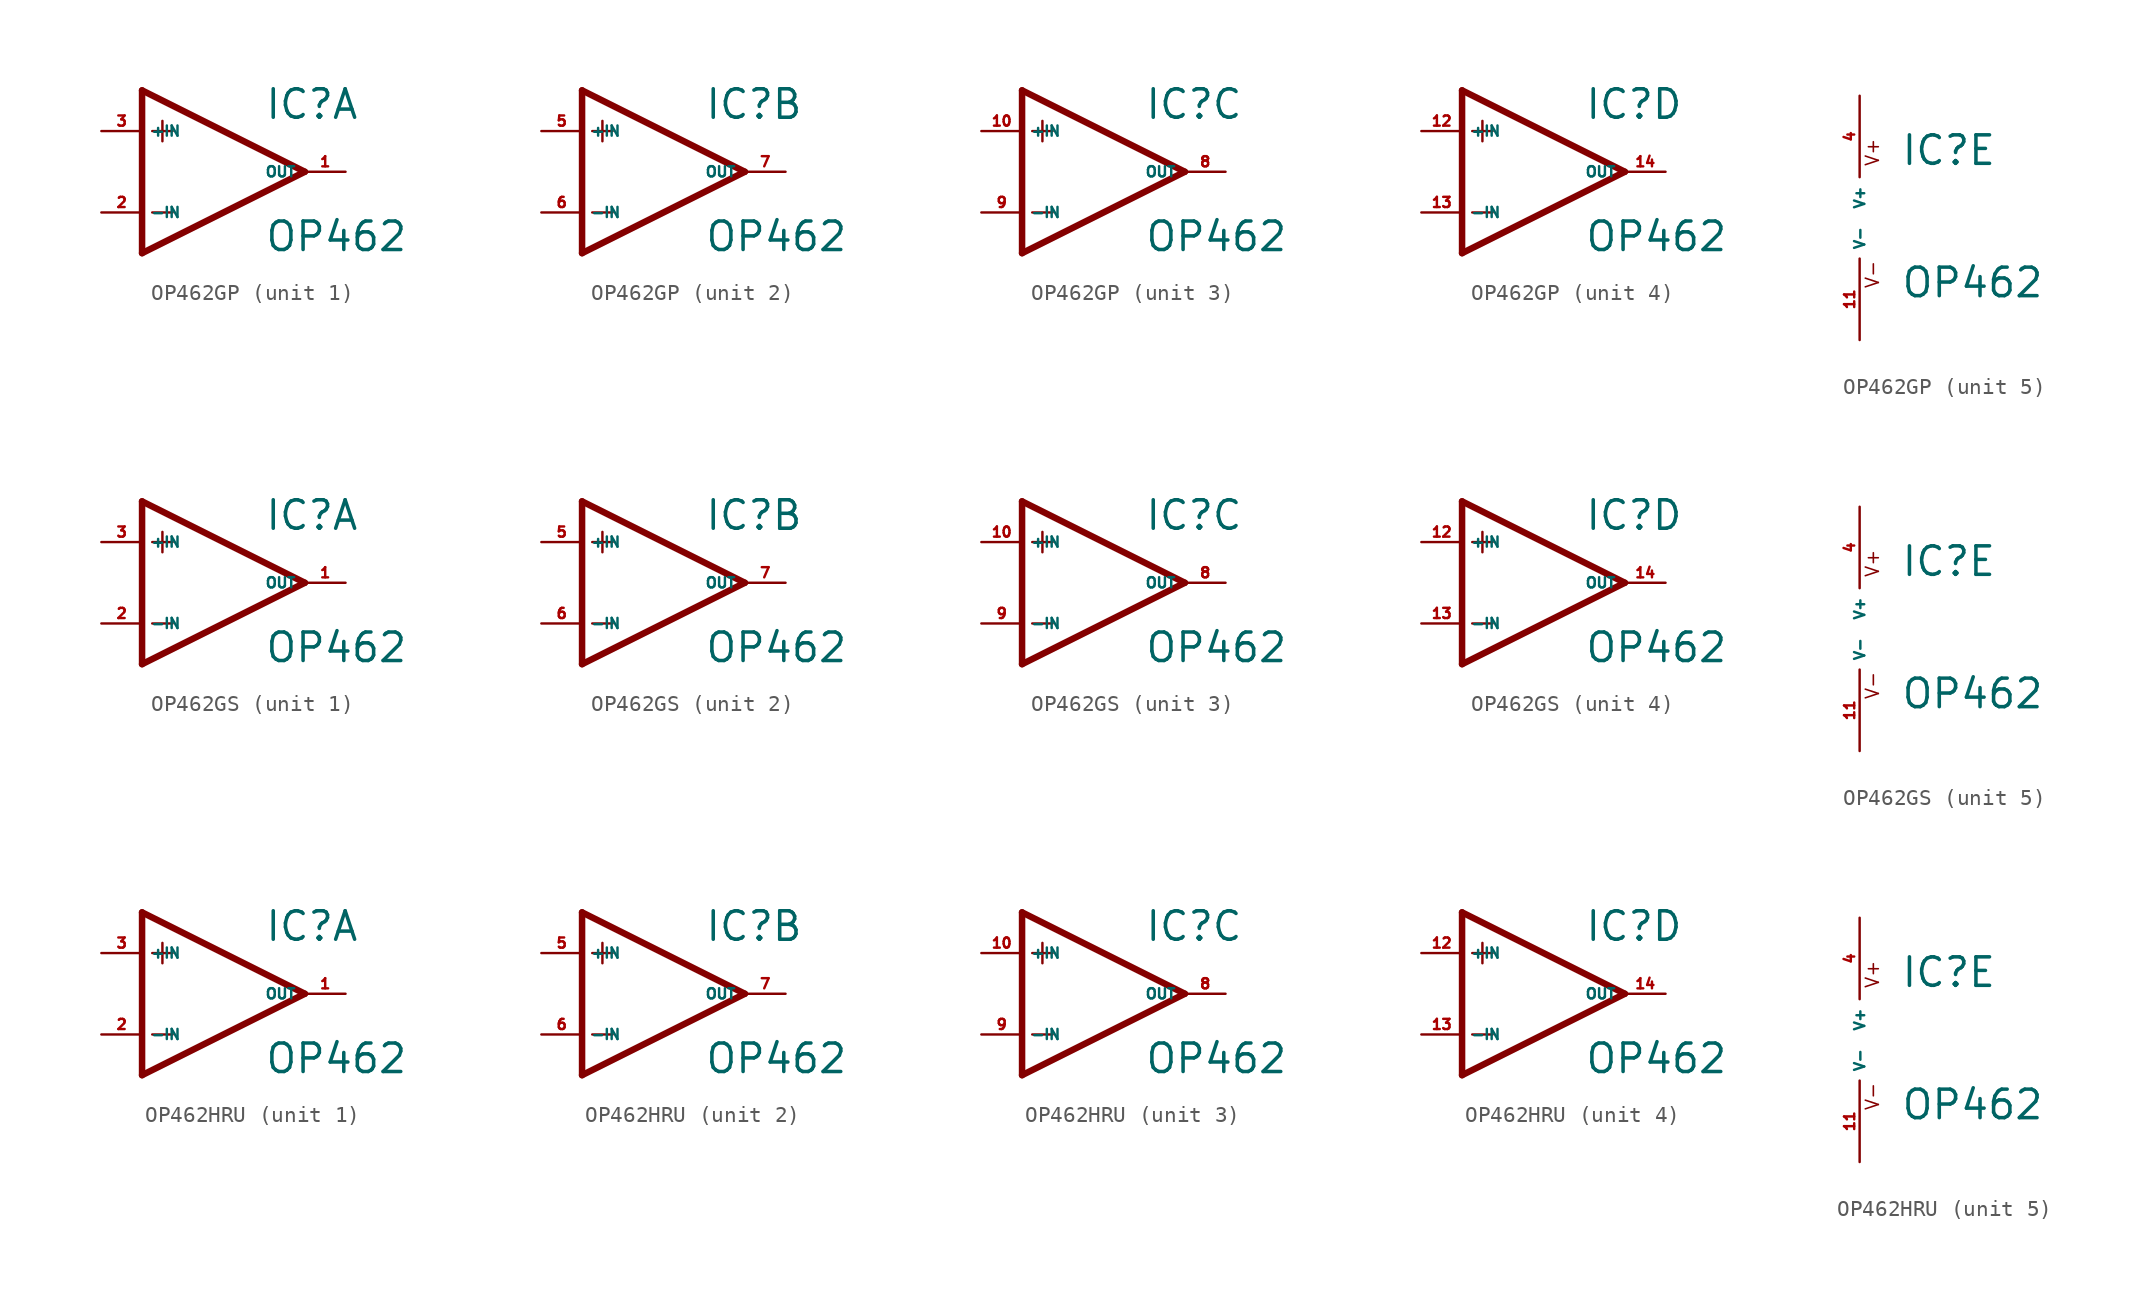
<source format=kicad_sym>
(kicad_symbol_lib
  (version 20220914)
  (generator Eagle2Kicad)
  (symbol "OP462GP"
    (property "Reference" "IC"
      (at 2.54 3.175 0)
      (effects (font (size 1.778 1.778) (thickness 0.22)) (justify left bottom)))
    (property "Value" "OP462"
      (at 2.54 -5.08 0)
      (effects (font (size 1.778 1.778) (thickness 0.22)) (justify left bottom)))
    (symbol "OP462GP_1_0"
      (polyline (pts (xy -5.08 5.08) (xy -5.08 -5.08)) (stroke (width 0.406) (type default)) (fill (type none)))
      (polyline (pts (xy -5.08 -5.08) (xy 5.08 0)) (stroke (width 0.406) (type default)) (fill (type none)))
      (polyline (pts (xy 5.08 0) (xy -5.08 5.08)) (stroke (width 0.406) (type default)) (fill (type none)))
      (polyline (pts (xy -3.81 3.175) (xy -3.81 1.905)) (stroke (width 0.152) (type default)) (fill (type none)))
      (polyline (pts (xy -4.445 2.54) (xy -3.175 2.54)) (stroke (width 0.152) (type default)) (fill (type none)))
      (polyline (pts (xy -4.445 -2.54) (xy -3.175 -2.54)) (stroke (width 0.152) (type default)) (fill (type none)))
      (pin input line (at -7.62 -2.54 0) (length 2.54) (name "-IN" (effects (font (size 0.635 0.635) (thickness 0.08)) (justify left bottom))) (number "2" (effects (font (size 0.635 0.635) (thickness 0.08)) (justify left bottom))))
      (pin input line (at -7.62 2.54 0) (length 2.54) (name "+IN" (effects (font (size 0.635 0.635) (thickness 0.08)) (justify left bottom))) (number "3" (effects (font (size 0.635 0.635) (thickness 0.08)) (justify left bottom))))
      (pin output line (at 7.62 0 180) (length 2.54) (name "OUT" (effects (font (size 0.635 0.635) (thickness 0.08)) (justify left bottom))) (number "1" (effects (font (size 0.635 0.635) (thickness 0.08)) (justify left bottom)))))
    (symbol "OP462GP_2_0"
      (polyline (pts (xy -5.08 5.08) (xy -5.08 -5.08)) (stroke (width 0.406) (type default)) (fill (type none)))
      (polyline (pts (xy -5.08 -5.08) (xy 5.08 0)) (stroke (width 0.406) (type default)) (fill (type none)))
      (polyline (pts (xy 5.08 0) (xy -5.08 5.08)) (stroke (width 0.406) (type default)) (fill (type none)))
      (polyline (pts (xy -3.81 3.175) (xy -3.81 1.905)) (stroke (width 0.152) (type default)) (fill (type none)))
      (polyline (pts (xy -4.445 2.54) (xy -3.175 2.54)) (stroke (width 0.152) (type default)) (fill (type none)))
      (polyline (pts (xy -4.445 -2.54) (xy -3.175 -2.54)) (stroke (width 0.152) (type default)) (fill (type none)))
      (pin input line (at -7.62 -2.54 0) (length 2.54) (name "-IN" (effects (font (size 0.635 0.635) (thickness 0.08)) (justify left bottom))) (number "6" (effects (font (size 0.635 0.635) (thickness 0.08)) (justify left bottom))))
      (pin input line (at -7.62 2.54 0) (length 2.54) (name "+IN" (effects (font (size 0.635 0.635) (thickness 0.08)) (justify left bottom))) (number "5" (effects (font (size 0.635 0.635) (thickness 0.08)) (justify left bottom))))
      (pin output line (at 7.62 0 180) (length 2.54) (name "OUT" (effects (font (size 0.635 0.635) (thickness 0.08)) (justify left bottom))) (number "7" (effects (font (size 0.635 0.635) (thickness 0.08)) (justify left bottom)))))
    (symbol "OP462GP_3_0"
      (polyline (pts (xy -5.08 5.08) (xy -5.08 -5.08)) (stroke (width 0.406) (type default)) (fill (type none)))
      (polyline (pts (xy -5.08 -5.08) (xy 5.08 0)) (stroke (width 0.406) (type default)) (fill (type none)))
      (polyline (pts (xy 5.08 0) (xy -5.08 5.08)) (stroke (width 0.406) (type default)) (fill (type none)))
      (polyline (pts (xy -3.81 3.175) (xy -3.81 1.905)) (stroke (width 0.152) (type default)) (fill (type none)))
      (polyline (pts (xy -4.445 2.54) (xy -3.175 2.54)) (stroke (width 0.152) (type default)) (fill (type none)))
      (polyline (pts (xy -4.445 -2.54) (xy -3.175 -2.54)) (stroke (width 0.152) (type default)) (fill (type none)))
      (pin input line (at -7.62 -2.54 0) (length 2.54) (name "-IN" (effects (font (size 0.635 0.635) (thickness 0.08)) (justify left bottom))) (number "9" (effects (font (size 0.635 0.635) (thickness 0.08)) (justify left bottom))))
      (pin input line (at -7.62 2.54 0) (length 2.54) (name "+IN" (effects (font (size 0.635 0.635) (thickness 0.08)) (justify left bottom))) (number "10" (effects (font (size 0.635 0.635) (thickness 0.08)) (justify left bottom))))
      (pin output line (at 7.62 0 180) (length 2.54) (name "OUT" (effects (font (size 0.635 0.635) (thickness 0.08)) (justify left bottom))) (number "8" (effects (font (size 0.635 0.635) (thickness 0.08)) (justify left bottom)))))
    (symbol "OP462GP_4_0"
      (polyline (pts (xy -5.08 5.08) (xy -5.08 -5.08)) (stroke (width 0.406) (type default)) (fill (type none)))
      (polyline (pts (xy -5.08 -5.08) (xy 5.08 0)) (stroke (width 0.406) (type default)) (fill (type none)))
      (polyline (pts (xy 5.08 0) (xy -5.08 5.08)) (stroke (width 0.406) (type default)) (fill (type none)))
      (polyline (pts (xy -3.81 3.175) (xy -3.81 1.905)) (stroke (width 0.152) (type default)) (fill (type none)))
      (polyline (pts (xy -4.445 2.54) (xy -3.175 2.54)) (stroke (width 0.152) (type default)) (fill (type none)))
      (polyline (pts (xy -4.445 -2.54) (xy -3.175 -2.54)) (stroke (width 0.152) (type default)) (fill (type none)))
      (pin input line (at -7.62 -2.54 0) (length 2.54) (name "-IN" (effects (font (size 0.635 0.635) (thickness 0.08)) (justify left bottom))) (number "13" (effects (font (size 0.635 0.635) (thickness 0.08)) (justify left bottom))))
      (pin input line (at -7.62 2.54 0) (length 2.54) (name "+IN" (effects (font (size 0.635 0.635) (thickness 0.08)) (justify left bottom))) (number "12" (effects (font (size 0.635 0.635) (thickness 0.08)) (justify left bottom))))
      (pin output line (at 7.62 0 180) (length 2.54) (name "OUT" (effects (font (size 0.635 0.635) (thickness 0.08)) (justify left bottom))) (number "14" (effects (font (size 0.635 0.635) (thickness 0.08)) (justify left bottom)))))
    (symbol "OP462GP_5_0"
      (text "V+" (at 1.27 3.175 900) (effects (font (size 0.813 0.813) (thickness 0.10)) (justify left bottom)))
      (text "V-" (at 1.27 -4.445 900) (effects (font (size 0.813 0.813) (thickness 0.10)) (justify left bottom)))
      (pin unspecified line (at 0 7.62 270) (length 5.08) (name "V+" (effects (font (size 0.635 0.635) (thickness 0.08)) (justify left bottom))) (number "4" (effects (font (size 0.635 0.635) (thickness 0.08)) (justify left bottom))))
      (pin unspecified line (at 0 -7.62 90) (length 5.08) (name "V-" (effects (font (size 0.635 0.635) (thickness 0.08)) (justify left bottom))) (number "11" (effects (font (size 0.635 0.635) (thickness 0.08)) (justify left bottom))))))
  (symbol "OP462GS"
    (property "Reference" "IC"
      (at 2.54 3.175 0)
      (effects (font (size 1.778 1.778) (thickness 0.22)) (justify left bottom)))
    (property "Value" "OP462"
      (at 2.54 -5.08 0)
      (effects (font (size 1.778 1.778) (thickness 0.22)) (justify left bottom)))
    (symbol "OP462GS_1_0"
      (polyline (pts (xy -5.08 5.08) (xy -5.08 -5.08)) (stroke (width 0.406) (type default)) (fill (type none)))
      (polyline (pts (xy -5.08 -5.08) (xy 5.08 0)) (stroke (width 0.406) (type default)) (fill (type none)))
      (polyline (pts (xy 5.08 0) (xy -5.08 5.08)) (stroke (width 0.406) (type default)) (fill (type none)))
      (polyline (pts (xy -3.81 3.175) (xy -3.81 1.905)) (stroke (width 0.152) (type default)) (fill (type none)))
      (polyline (pts (xy -4.445 2.54) (xy -3.175 2.54)) (stroke (width 0.152) (type default)) (fill (type none)))
      (polyline (pts (xy -4.445 -2.54) (xy -3.175 -2.54)) (stroke (width 0.152) (type default)) (fill (type none)))
      (pin input line (at -7.62 -2.54 0) (length 2.54) (name "-IN" (effects (font (size 0.635 0.635) (thickness 0.08)) (justify left bottom))) (number "2" (effects (font (size 0.635 0.635) (thickness 0.08)) (justify left bottom))))
      (pin input line (at -7.62 2.54 0) (length 2.54) (name "+IN" (effects (font (size 0.635 0.635) (thickness 0.08)) (justify left bottom))) (number "3" (effects (font (size 0.635 0.635) (thickness 0.08)) (justify left bottom))))
      (pin output line (at 7.62 0 180) (length 2.54) (name "OUT" (effects (font (size 0.635 0.635) (thickness 0.08)) (justify left bottom))) (number "1" (effects (font (size 0.635 0.635) (thickness 0.08)) (justify left bottom)))))
    (symbol "OP462GS_2_0"
      (polyline (pts (xy -5.08 5.08) (xy -5.08 -5.08)) (stroke (width 0.406) (type default)) (fill (type none)))
      (polyline (pts (xy -5.08 -5.08) (xy 5.08 0)) (stroke (width 0.406) (type default)) (fill (type none)))
      (polyline (pts (xy 5.08 0) (xy -5.08 5.08)) (stroke (width 0.406) (type default)) (fill (type none)))
      (polyline (pts (xy -3.81 3.175) (xy -3.81 1.905)) (stroke (width 0.152) (type default)) (fill (type none)))
      (polyline (pts (xy -4.445 2.54) (xy -3.175 2.54)) (stroke (width 0.152) (type default)) (fill (type none)))
      (polyline (pts (xy -4.445 -2.54) (xy -3.175 -2.54)) (stroke (width 0.152) (type default)) (fill (type none)))
      (pin input line (at -7.62 -2.54 0) (length 2.54) (name "-IN" (effects (font (size 0.635 0.635) (thickness 0.08)) (justify left bottom))) (number "6" (effects (font (size 0.635 0.635) (thickness 0.08)) (justify left bottom))))
      (pin input line (at -7.62 2.54 0) (length 2.54) (name "+IN" (effects (font (size 0.635 0.635) (thickness 0.08)) (justify left bottom))) (number "5" (effects (font (size 0.635 0.635) (thickness 0.08)) (justify left bottom))))
      (pin output line (at 7.62 0 180) (length 2.54) (name "OUT" (effects (font (size 0.635 0.635) (thickness 0.08)) (justify left bottom))) (number "7" (effects (font (size 0.635 0.635) (thickness 0.08)) (justify left bottom)))))
    (symbol "OP462GS_3_0"
      (polyline (pts (xy -5.08 5.08) (xy -5.08 -5.08)) (stroke (width 0.406) (type default)) (fill (type none)))
      (polyline (pts (xy -5.08 -5.08) (xy 5.08 0)) (stroke (width 0.406) (type default)) (fill (type none)))
      (polyline (pts (xy 5.08 0) (xy -5.08 5.08)) (stroke (width 0.406) (type default)) (fill (type none)))
      (polyline (pts (xy -3.81 3.175) (xy -3.81 1.905)) (stroke (width 0.152) (type default)) (fill (type none)))
      (polyline (pts (xy -4.445 2.54) (xy -3.175 2.54)) (stroke (width 0.152) (type default)) (fill (type none)))
      (polyline (pts (xy -4.445 -2.54) (xy -3.175 -2.54)) (stroke (width 0.152) (type default)) (fill (type none)))
      (pin input line (at -7.62 -2.54 0) (length 2.54) (name "-IN" (effects (font (size 0.635 0.635) (thickness 0.08)) (justify left bottom))) (number "9" (effects (font (size 0.635 0.635) (thickness 0.08)) (justify left bottom))))
      (pin input line (at -7.62 2.54 0) (length 2.54) (name "+IN" (effects (font (size 0.635 0.635) (thickness 0.08)) (justify left bottom))) (number "10" (effects (font (size 0.635 0.635) (thickness 0.08)) (justify left bottom))))
      (pin output line (at 7.62 0 180) (length 2.54) (name "OUT" (effects (font (size 0.635 0.635) (thickness 0.08)) (justify left bottom))) (number "8" (effects (font (size 0.635 0.635) (thickness 0.08)) (justify left bottom)))))
    (symbol "OP462GS_4_0"
      (polyline (pts (xy -5.08 5.08) (xy -5.08 -5.08)) (stroke (width 0.406) (type default)) (fill (type none)))
      (polyline (pts (xy -5.08 -5.08) (xy 5.08 0)) (stroke (width 0.406) (type default)) (fill (type none)))
      (polyline (pts (xy 5.08 0) (xy -5.08 5.08)) (stroke (width 0.406) (type default)) (fill (type none)))
      (polyline (pts (xy -3.81 3.175) (xy -3.81 1.905)) (stroke (width 0.152) (type default)) (fill (type none)))
      (polyline (pts (xy -4.445 2.54) (xy -3.175 2.54)) (stroke (width 0.152) (type default)) (fill (type none)))
      (polyline (pts (xy -4.445 -2.54) (xy -3.175 -2.54)) (stroke (width 0.152) (type default)) (fill (type none)))
      (pin input line (at -7.62 -2.54 0) (length 2.54) (name "-IN" (effects (font (size 0.635 0.635) (thickness 0.08)) (justify left bottom))) (number "13" (effects (font (size 0.635 0.635) (thickness 0.08)) (justify left bottom))))
      (pin input line (at -7.62 2.54 0) (length 2.54) (name "+IN" (effects (font (size 0.635 0.635) (thickness 0.08)) (justify left bottom))) (number "12" (effects (font (size 0.635 0.635) (thickness 0.08)) (justify left bottom))))
      (pin output line (at 7.62 0 180) (length 2.54) (name "OUT" (effects (font (size 0.635 0.635) (thickness 0.08)) (justify left bottom))) (number "14" (effects (font (size 0.635 0.635) (thickness 0.08)) (justify left bottom)))))
    (symbol "OP462GS_5_0"
      (text "V+" (at 1.27 3.175 900) (effects (font (size 0.813 0.813) (thickness 0.10)) (justify left bottom)))
      (text "V-" (at 1.27 -4.445 900) (effects (font (size 0.813 0.813) (thickness 0.10)) (justify left bottom)))
      (pin unspecified line (at 0 7.62 270) (length 5.08) (name "V+" (effects (font (size 0.635 0.635) (thickness 0.08)) (justify left bottom))) (number "4" (effects (font (size 0.635 0.635) (thickness 0.08)) (justify left bottom))))
      (pin unspecified line (at 0 -7.62 90) (length 5.08) (name "V-" (effects (font (size 0.635 0.635) (thickness 0.08)) (justify left bottom))) (number "11" (effects (font (size 0.635 0.635) (thickness 0.08)) (justify left bottom))))))
  (symbol "OP462HRU"
    (property "Reference" "IC"
      (at 2.54 3.175 0)
      (effects (font (size 1.778 1.778) (thickness 0.22)) (justify left bottom)))
    (property "Value" "OP462"
      (at 2.54 -5.08 0)
      (effects (font (size 1.778 1.778) (thickness 0.22)) (justify left bottom)))
    (symbol "OP462HRU_1_0"
      (polyline (pts (xy -5.08 5.08) (xy -5.08 -5.08)) (stroke (width 0.406) (type default)) (fill (type none)))
      (polyline (pts (xy -5.08 -5.08) (xy 5.08 0)) (stroke (width 0.406) (type default)) (fill (type none)))
      (polyline (pts (xy 5.08 0) (xy -5.08 5.08)) (stroke (width 0.406) (type default)) (fill (type none)))
      (polyline (pts (xy -3.81 3.175) (xy -3.81 1.905)) (stroke (width 0.152) (type default)) (fill (type none)))
      (polyline (pts (xy -4.445 2.54) (xy -3.175 2.54)) (stroke (width 0.152) (type default)) (fill (type none)))
      (polyline (pts (xy -4.445 -2.54) (xy -3.175 -2.54)) (stroke (width 0.152) (type default)) (fill (type none)))
      (pin input line (at -7.62 -2.54 0) (length 2.54) (name "-IN" (effects (font (size 0.635 0.635) (thickness 0.08)) (justify left bottom))) (number "2" (effects (font (size 0.635 0.635) (thickness 0.08)) (justify left bottom))))
      (pin input line (at -7.62 2.54 0) (length 2.54) (name "+IN" (effects (font (size 0.635 0.635) (thickness 0.08)) (justify left bottom))) (number "3" (effects (font (size 0.635 0.635) (thickness 0.08)) (justify left bottom))))
      (pin output line (at 7.62 0 180) (length 2.54) (name "OUT" (effects (font (size 0.635 0.635) (thickness 0.08)) (justify left bottom))) (number "1" (effects (font (size 0.635 0.635) (thickness 0.08)) (justify left bottom)))))
    (symbol "OP462HRU_2_0"
      (polyline (pts (xy -5.08 5.08) (xy -5.08 -5.08)) (stroke (width 0.406) (type default)) (fill (type none)))
      (polyline (pts (xy -5.08 -5.08) (xy 5.08 0)) (stroke (width 0.406) (type default)) (fill (type none)))
      (polyline (pts (xy 5.08 0) (xy -5.08 5.08)) (stroke (width 0.406) (type default)) (fill (type none)))
      (polyline (pts (xy -3.81 3.175) (xy -3.81 1.905)) (stroke (width 0.152) (type default)) (fill (type none)))
      (polyline (pts (xy -4.445 2.54) (xy -3.175 2.54)) (stroke (width 0.152) (type default)) (fill (type none)))
      (polyline (pts (xy -4.445 -2.54) (xy -3.175 -2.54)) (stroke (width 0.152) (type default)) (fill (type none)))
      (pin input line (at -7.62 -2.54 0) (length 2.54) (name "-IN" (effects (font (size 0.635 0.635) (thickness 0.08)) (justify left bottom))) (number "6" (effects (font (size 0.635 0.635) (thickness 0.08)) (justify left bottom))))
      (pin input line (at -7.62 2.54 0) (length 2.54) (name "+IN" (effects (font (size 0.635 0.635) (thickness 0.08)) (justify left bottom))) (number "5" (effects (font (size 0.635 0.635) (thickness 0.08)) (justify left bottom))))
      (pin output line (at 7.62 0 180) (length 2.54) (name "OUT" (effects (font (size 0.635 0.635) (thickness 0.08)) (justify left bottom))) (number "7" (effects (font (size 0.635 0.635) (thickness 0.08)) (justify left bottom)))))
    (symbol "OP462HRU_3_0"
      (polyline (pts (xy -5.08 5.08) (xy -5.08 -5.08)) (stroke (width 0.406) (type default)) (fill (type none)))
      (polyline (pts (xy -5.08 -5.08) (xy 5.08 0)) (stroke (width 0.406) (type default)) (fill (type none)))
      (polyline (pts (xy 5.08 0) (xy -5.08 5.08)) (stroke (width 0.406) (type default)) (fill (type none)))
      (polyline (pts (xy -3.81 3.175) (xy -3.81 1.905)) (stroke (width 0.152) (type default)) (fill (type none)))
      (polyline (pts (xy -4.445 2.54) (xy -3.175 2.54)) (stroke (width 0.152) (type default)) (fill (type none)))
      (polyline (pts (xy -4.445 -2.54) (xy -3.175 -2.54)) (stroke (width 0.152) (type default)) (fill (type none)))
      (pin input line (at -7.62 -2.54 0) (length 2.54) (name "-IN" (effects (font (size 0.635 0.635) (thickness 0.08)) (justify left bottom))) (number "9" (effects (font (size 0.635 0.635) (thickness 0.08)) (justify left bottom))))
      (pin input line (at -7.62 2.54 0) (length 2.54) (name "+IN" (effects (font (size 0.635 0.635) (thickness 0.08)) (justify left bottom))) (number "10" (effects (font (size 0.635 0.635) (thickness 0.08)) (justify left bottom))))
      (pin output line (at 7.62 0 180) (length 2.54) (name "OUT" (effects (font (size 0.635 0.635) (thickness 0.08)) (justify left bottom))) (number "8" (effects (font (size 0.635 0.635) (thickness 0.08)) (justify left bottom)))))
    (symbol "OP462HRU_4_0"
      (polyline (pts (xy -5.08 5.08) (xy -5.08 -5.08)) (stroke (width 0.406) (type default)) (fill (type none)))
      (polyline (pts (xy -5.08 -5.08) (xy 5.08 0)) (stroke (width 0.406) (type default)) (fill (type none)))
      (polyline (pts (xy 5.08 0) (xy -5.08 5.08)) (stroke (width 0.406) (type default)) (fill (type none)))
      (polyline (pts (xy -3.81 3.175) (xy -3.81 1.905)) (stroke (width 0.152) (type default)) (fill (type none)))
      (polyline (pts (xy -4.445 2.54) (xy -3.175 2.54)) (stroke (width 0.152) (type default)) (fill (type none)))
      (polyline (pts (xy -4.445 -2.54) (xy -3.175 -2.54)) (stroke (width 0.152) (type default)) (fill (type none)))
      (pin input line (at -7.62 -2.54 0) (length 2.54) (name "-IN" (effects (font (size 0.635 0.635) (thickness 0.08)) (justify left bottom))) (number "13" (effects (font (size 0.635 0.635) (thickness 0.08)) (justify left bottom))))
      (pin input line (at -7.62 2.54 0) (length 2.54) (name "+IN" (effects (font (size 0.635 0.635) (thickness 0.08)) (justify left bottom))) (number "12" (effects (font (size 0.635 0.635) (thickness 0.08)) (justify left bottom))))
      (pin output line (at 7.62 0 180) (length 2.54) (name "OUT" (effects (font (size 0.635 0.635) (thickness 0.08)) (justify left bottom))) (number "14" (effects (font (size 0.635 0.635) (thickness 0.08)) (justify left bottom)))))
    (symbol "OP462HRU_5_0"
      (text "V+" (at 1.27 3.175 900) (effects (font (size 0.813 0.813) (thickness 0.10)) (justify left bottom)))
      (text "V-" (at 1.27 -4.445 900) (effects (font (size 0.813 0.813) (thickness 0.10)) (justify left bottom)))
      (pin unspecified line (at 0 7.62 270) (length 5.08) (name "V+" (effects (font (size 0.635 0.635) (thickness 0.08)) (justify left bottom))) (number "4" (effects (font (size 0.635 0.635) (thickness 0.08)) (justify left bottom))))
      (pin unspecified line (at 0 -7.62 90) (length 5.08) (name "V-" (effects (font (size 0.635 0.635) (thickness 0.08)) (justify left bottom))) (number "11" (effects (font (size 0.635 0.635) (thickness 0.08)) (justify left bottom)))))))
</source>
